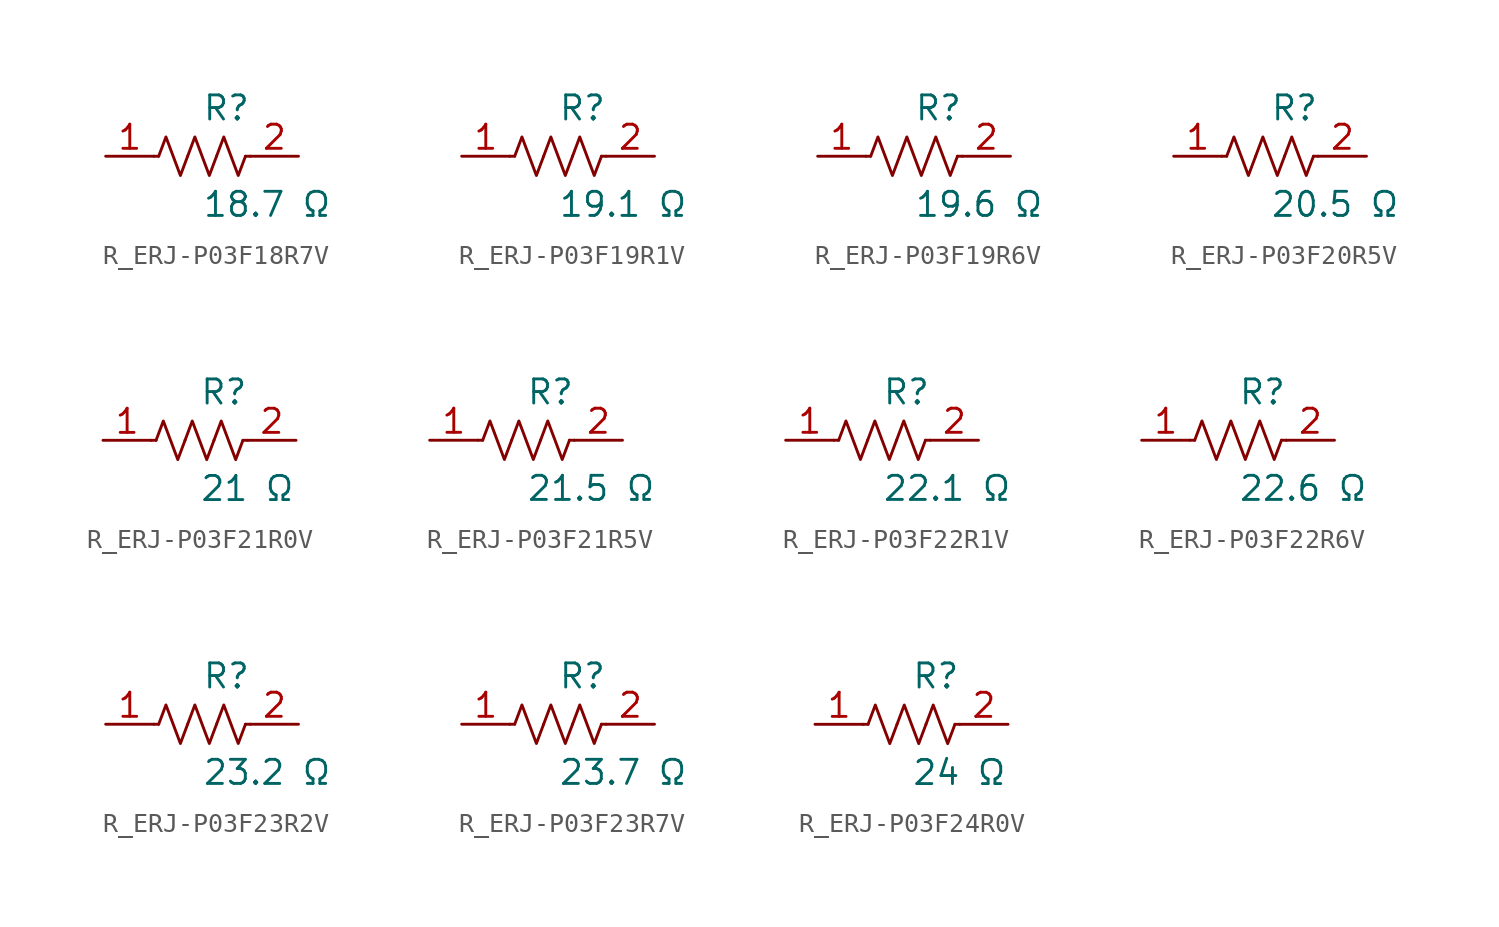
<source format=kicad_sym>
(kicad_symbol_lib
  (version 20231120)
  (generator kicad_symbol_editor)
  (generator_version 8.0)
  (symbol "R_ERJ-P03F18R7V"
    (pin_names
      (offset 0.254))
    (property "Reference" "R"
      (at 0.0 2.54 0)
      (effects (font (size 1.27 1.27)) (justify left)))
    (property "Value" "18.7 Ω"
      (at 0.0 -2.54 0)
      (effects (font (size 1.27 1.27)) (justify left)))
    (symbol "R_ERJ-P03F18R7V_0_1"
      (polyline (pts (xy 2.286 0) (xy 2.54 0)) (stroke (width 0) (type default)) (fill (type none)))
      (polyline (pts (xy -2.286 0) (xy -2.54 0)) (stroke (width 0) (type default)) (fill (type none)))
      (polyline (pts (xy 0.762 0) (xy 1.143 1.016) (xy 1.524 0) (xy 1.905 -1.016) (xy 2.286 0)) (stroke (width 0) (type default)) (fill (type none)))
      (polyline (pts (xy -0.762 0) (xy -0.381 1.016) (xy 0 0) (xy 0.381 -1.016) (xy 0.762 0)) (stroke (width 0) (type default)) (fill (type none)))
      (polyline (pts (xy -2.286 0) (xy -1.905 1.016) (xy -1.524 0) (xy -1.143 -1.016) (xy -0.762 0)) (stroke (width 0) (type default)) (fill (type none))))
    (pin unspecified line
      (at -5.08 0 0)
      (length 2.54)
      (name "" (effects (font (size 1.27 1.27))))
      (number "1" (effects (font (size 1.27 1.27)))))
    (pin unspecified line
      (at 5.08 0 180)
      (length 2.54)
      (name "" (effects (font (size 1.27 1.27))))
      (number "2" (effects (font (size 1.27 1.27))))))
  (symbol "R_ERJ-P03F19R1V"
    (pin_names
      (offset 0.254))
    (property "Reference" "R"
      (at 0.0 2.54 0)
      (effects (font (size 1.27 1.27)) (justify left)))
    (property "Value" "19.1 Ω"
      (at 0.0 -2.54 0)
      (effects (font (size 1.27 1.27)) (justify left)))
    (symbol "R_ERJ-P03F19R1V_0_1"
      (polyline (pts (xy 2.286 0) (xy 2.54 0)) (stroke (width 0) (type default)) (fill (type none)))
      (polyline (pts (xy -2.286 0) (xy -2.54 0)) (stroke (width 0) (type default)) (fill (type none)))
      (polyline (pts (xy 0.762 0) (xy 1.143 1.016) (xy 1.524 0) (xy 1.905 -1.016) (xy 2.286 0)) (stroke (width 0) (type default)) (fill (type none)))
      (polyline (pts (xy -0.762 0) (xy -0.381 1.016) (xy 0 0) (xy 0.381 -1.016) (xy 0.762 0)) (stroke (width 0) (type default)) (fill (type none)))
      (polyline (pts (xy -2.286 0) (xy -1.905 1.016) (xy -1.524 0) (xy -1.143 -1.016) (xy -0.762 0)) (stroke (width 0) (type default)) (fill (type none))))
    (pin unspecified line
      (at -5.08 0 0)
      (length 2.54)
      (name "" (effects (font (size 1.27 1.27))))
      (number "1" (effects (font (size 1.27 1.27)))))
    (pin unspecified line
      (at 5.08 0 180)
      (length 2.54)
      (name "" (effects (font (size 1.27 1.27))))
      (number "2" (effects (font (size 1.27 1.27))))))
  (symbol "R_ERJ-P03F19R6V"
    (pin_names
      (offset 0.254))
    (property "Reference" "R"
      (at 0.0 2.54 0)
      (effects (font (size 1.27 1.27)) (justify left)))
    (property "Value" "19.6 Ω"
      (at 0.0 -2.54 0)
      (effects (font (size 1.27 1.27)) (justify left)))
    (symbol "R_ERJ-P03F19R6V_0_1"
      (polyline (pts (xy 2.286 0) (xy 2.54 0)) (stroke (width 0) (type default)) (fill (type none)))
      (polyline (pts (xy -2.286 0) (xy -2.54 0)) (stroke (width 0) (type default)) (fill (type none)))
      (polyline (pts (xy 0.762 0) (xy 1.143 1.016) (xy 1.524 0) (xy 1.905 -1.016) (xy 2.286 0)) (stroke (width 0) (type default)) (fill (type none)))
      (polyline (pts (xy -0.762 0) (xy -0.381 1.016) (xy 0 0) (xy 0.381 -1.016) (xy 0.762 0)) (stroke (width 0) (type default)) (fill (type none)))
      (polyline (pts (xy -2.286 0) (xy -1.905 1.016) (xy -1.524 0) (xy -1.143 -1.016) (xy -0.762 0)) (stroke (width 0) (type default)) (fill (type none))))
    (pin unspecified line
      (at -5.08 0 0)
      (length 2.54)
      (name "" (effects (font (size 1.27 1.27))))
      (number "1" (effects (font (size 1.27 1.27)))))
    (pin unspecified line
      (at 5.08 0 180)
      (length 2.54)
      (name "" (effects (font (size 1.27 1.27))))
      (number "2" (effects (font (size 1.27 1.27))))))
  (symbol "R_ERJ-P03F20R5V"
    (pin_names
      (offset 0.254))
    (property "Reference" "R"
      (at 0.0 2.54 0)
      (effects (font (size 1.27 1.27)) (justify left)))
    (property "Value" "20.5 Ω"
      (at 0.0 -2.54 0)
      (effects (font (size 1.27 1.27)) (justify left)))
    (symbol "R_ERJ-P03F20R5V_0_1"
      (polyline (pts (xy 2.286 0) (xy 2.54 0)) (stroke (width 0) (type default)) (fill (type none)))
      (polyline (pts (xy -2.286 0) (xy -2.54 0)) (stroke (width 0) (type default)) (fill (type none)))
      (polyline (pts (xy 0.762 0) (xy 1.143 1.016) (xy 1.524 0) (xy 1.905 -1.016) (xy 2.286 0)) (stroke (width 0) (type default)) (fill (type none)))
      (polyline (pts (xy -0.762 0) (xy -0.381 1.016) (xy 0 0) (xy 0.381 -1.016) (xy 0.762 0)) (stroke (width 0) (type default)) (fill (type none)))
      (polyline (pts (xy -2.286 0) (xy -1.905 1.016) (xy -1.524 0) (xy -1.143 -1.016) (xy -0.762 0)) (stroke (width 0) (type default)) (fill (type none))))
    (pin unspecified line
      (at -5.08 0 0)
      (length 2.54)
      (name "" (effects (font (size 1.27 1.27))))
      (number "1" (effects (font (size 1.27 1.27)))))
    (pin unspecified line
      (at 5.08 0 180)
      (length 2.54)
      (name "" (effects (font (size 1.27 1.27))))
      (number "2" (effects (font (size 1.27 1.27))))))
  (symbol "R_ERJ-P03F21R0V"
    (pin_names
      (offset 0.254))
    (property "Reference" "R"
      (at 0.0 2.54 0)
      (effects (font (size 1.27 1.27)) (justify left)))
    (property "Value" "21 Ω"
      (at 0.0 -2.54 0)
      (effects (font (size 1.27 1.27)) (justify left)))
    (symbol "R_ERJ-P03F21R0V_0_1"
      (polyline (pts (xy 2.286 0) (xy 2.54 0)) (stroke (width 0) (type default)) (fill (type none)))
      (polyline (pts (xy -2.286 0) (xy -2.54 0)) (stroke (width 0) (type default)) (fill (type none)))
      (polyline (pts (xy 0.762 0) (xy 1.143 1.016) (xy 1.524 0) (xy 1.905 -1.016) (xy 2.286 0)) (stroke (width 0) (type default)) (fill (type none)))
      (polyline (pts (xy -0.762 0) (xy -0.381 1.016) (xy 0 0) (xy 0.381 -1.016) (xy 0.762 0)) (stroke (width 0) (type default)) (fill (type none)))
      (polyline (pts (xy -2.286 0) (xy -1.905 1.016) (xy -1.524 0) (xy -1.143 -1.016) (xy -0.762 0)) (stroke (width 0) (type default)) (fill (type none))))
    (pin unspecified line
      (at -5.08 0 0)
      (length 2.54)
      (name "" (effects (font (size 1.27 1.27))))
      (number "1" (effects (font (size 1.27 1.27)))))
    (pin unspecified line
      (at 5.08 0 180)
      (length 2.54)
      (name "" (effects (font (size 1.27 1.27))))
      (number "2" (effects (font (size 1.27 1.27))))))
  (symbol "R_ERJ-P03F21R5V"
    (pin_names
      (offset 0.254))
    (property "Reference" "R"
      (at 0.0 2.54 0)
      (effects (font (size 1.27 1.27)) (justify left)))
    (property "Value" "21.5 Ω"
      (at 0.0 -2.54 0)
      (effects (font (size 1.27 1.27)) (justify left)))
    (symbol "R_ERJ-P03F21R5V_0_1"
      (polyline (pts (xy 2.286 0) (xy 2.54 0)) (stroke (width 0) (type default)) (fill (type none)))
      (polyline (pts (xy -2.286 0) (xy -2.54 0)) (stroke (width 0) (type default)) (fill (type none)))
      (polyline (pts (xy 0.762 0) (xy 1.143 1.016) (xy 1.524 0) (xy 1.905 -1.016) (xy 2.286 0)) (stroke (width 0) (type default)) (fill (type none)))
      (polyline (pts (xy -0.762 0) (xy -0.381 1.016) (xy 0 0) (xy 0.381 -1.016) (xy 0.762 0)) (stroke (width 0) (type default)) (fill (type none)))
      (polyline (pts (xy -2.286 0) (xy -1.905 1.016) (xy -1.524 0) (xy -1.143 -1.016) (xy -0.762 0)) (stroke (width 0) (type default)) (fill (type none))))
    (pin unspecified line
      (at -5.08 0 0)
      (length 2.54)
      (name "" (effects (font (size 1.27 1.27))))
      (number "1" (effects (font (size 1.27 1.27)))))
    (pin unspecified line
      (at 5.08 0 180)
      (length 2.54)
      (name "" (effects (font (size 1.27 1.27))))
      (number "2" (effects (font (size 1.27 1.27))))))
  (symbol "R_ERJ-P03F22R1V"
    (pin_names
      (offset 0.254))
    (property "Reference" "R"
      (at 0.0 2.54 0)
      (effects (font (size 1.27 1.27)) (justify left)))
    (property "Value" "22.1 Ω"
      (at 0.0 -2.54 0)
      (effects (font (size 1.27 1.27)) (justify left)))
    (symbol "R_ERJ-P03F22R1V_0_1"
      (polyline (pts (xy 2.286 0) (xy 2.54 0)) (stroke (width 0) (type default)) (fill (type none)))
      (polyline (pts (xy -2.286 0) (xy -2.54 0)) (stroke (width 0) (type default)) (fill (type none)))
      (polyline (pts (xy 0.762 0) (xy 1.143 1.016) (xy 1.524 0) (xy 1.905 -1.016) (xy 2.286 0)) (stroke (width 0) (type default)) (fill (type none)))
      (polyline (pts (xy -0.762 0) (xy -0.381 1.016) (xy 0 0) (xy 0.381 -1.016) (xy 0.762 0)) (stroke (width 0) (type default)) (fill (type none)))
      (polyline (pts (xy -2.286 0) (xy -1.905 1.016) (xy -1.524 0) (xy -1.143 -1.016) (xy -0.762 0)) (stroke (width 0) (type default)) (fill (type none))))
    (pin unspecified line
      (at -5.08 0 0)
      (length 2.54)
      (name "" (effects (font (size 1.27 1.27))))
      (number "1" (effects (font (size 1.27 1.27)))))
    (pin unspecified line
      (at 5.08 0 180)
      (length 2.54)
      (name "" (effects (font (size 1.27 1.27))))
      (number "2" (effects (font (size 1.27 1.27))))))
  (symbol "R_ERJ-P03F22R6V"
    (pin_names
      (offset 0.254))
    (property "Reference" "R"
      (at 0.0 2.54 0)
      (effects (font (size 1.27 1.27)) (justify left)))
    (property "Value" "22.6 Ω"
      (at 0.0 -2.54 0)
      (effects (font (size 1.27 1.27)) (justify left)))
    (symbol "R_ERJ-P03F22R6V_0_1"
      (polyline (pts (xy 2.286 0) (xy 2.54 0)) (stroke (width 0) (type default)) (fill (type none)))
      (polyline (pts (xy -2.286 0) (xy -2.54 0)) (stroke (width 0) (type default)) (fill (type none)))
      (polyline (pts (xy 0.762 0) (xy 1.143 1.016) (xy 1.524 0) (xy 1.905 -1.016) (xy 2.286 0)) (stroke (width 0) (type default)) (fill (type none)))
      (polyline (pts (xy -0.762 0) (xy -0.381 1.016) (xy 0 0) (xy 0.381 -1.016) (xy 0.762 0)) (stroke (width 0) (type default)) (fill (type none)))
      (polyline (pts (xy -2.286 0) (xy -1.905 1.016) (xy -1.524 0) (xy -1.143 -1.016) (xy -0.762 0)) (stroke (width 0) (type default)) (fill (type none))))
    (pin unspecified line
      (at -5.08 0 0)
      (length 2.54)
      (name "" (effects (font (size 1.27 1.27))))
      (number "1" (effects (font (size 1.27 1.27)))))
    (pin unspecified line
      (at 5.08 0 180)
      (length 2.54)
      (name "" (effects (font (size 1.27 1.27))))
      (number "2" (effects (font (size 1.27 1.27))))))
  (symbol "R_ERJ-P03F23R2V"
    (pin_names
      (offset 0.254))
    (property "Reference" "R"
      (at 0.0 2.54 0)
      (effects (font (size 1.27 1.27)) (justify left)))
    (property "Value" "23.2 Ω"
      (at 0.0 -2.54 0)
      (effects (font (size 1.27 1.27)) (justify left)))
    (symbol "R_ERJ-P03F23R2V_0_1"
      (polyline (pts (xy 2.286 0) (xy 2.54 0)) (stroke (width 0) (type default)) (fill (type none)))
      (polyline (pts (xy -2.286 0) (xy -2.54 0)) (stroke (width 0) (type default)) (fill (type none)))
      (polyline (pts (xy 0.762 0) (xy 1.143 1.016) (xy 1.524 0) (xy 1.905 -1.016) (xy 2.286 0)) (stroke (width 0) (type default)) (fill (type none)))
      (polyline (pts (xy -0.762 0) (xy -0.381 1.016) (xy 0 0) (xy 0.381 -1.016) (xy 0.762 0)) (stroke (width 0) (type default)) (fill (type none)))
      (polyline (pts (xy -2.286 0) (xy -1.905 1.016) (xy -1.524 0) (xy -1.143 -1.016) (xy -0.762 0)) (stroke (width 0) (type default)) (fill (type none))))
    (pin unspecified line
      (at -5.08 0 0)
      (length 2.54)
      (name "" (effects (font (size 1.27 1.27))))
      (number "1" (effects (font (size 1.27 1.27)))))
    (pin unspecified line
      (at 5.08 0 180)
      (length 2.54)
      (name "" (effects (font (size 1.27 1.27))))
      (number "2" (effects (font (size 1.27 1.27))))))
  (symbol "R_ERJ-P03F23R7V"
    (pin_names
      (offset 0.254))
    (property "Reference" "R"
      (at 0.0 2.54 0)
      (effects (font (size 1.27 1.27)) (justify left)))
    (property "Value" "23.7 Ω"
      (at 0.0 -2.54 0)
      (effects (font (size 1.27 1.27)) (justify left)))
    (symbol "R_ERJ-P03F23R7V_0_1"
      (polyline (pts (xy 2.286 0) (xy 2.54 0)) (stroke (width 0) (type default)) (fill (type none)))
      (polyline (pts (xy -2.286 0) (xy -2.54 0)) (stroke (width 0) (type default)) (fill (type none)))
      (polyline (pts (xy 0.762 0) (xy 1.143 1.016) (xy 1.524 0) (xy 1.905 -1.016) (xy 2.286 0)) (stroke (width 0) (type default)) (fill (type none)))
      (polyline (pts (xy -0.762 0) (xy -0.381 1.016) (xy 0 0) (xy 0.381 -1.016) (xy 0.762 0)) (stroke (width 0) (type default)) (fill (type none)))
      (polyline (pts (xy -2.286 0) (xy -1.905 1.016) (xy -1.524 0) (xy -1.143 -1.016) (xy -0.762 0)) (stroke (width 0) (type default)) (fill (type none))))
    (pin unspecified line
      (at -5.08 0 0)
      (length 2.54)
      (name "" (effects (font (size 1.27 1.27))))
      (number "1" (effects (font (size 1.27 1.27)))))
    (pin unspecified line
      (at 5.08 0 180)
      (length 2.54)
      (name "" (effects (font (size 1.27 1.27))))
      (number "2" (effects (font (size 1.27 1.27))))))
  (symbol "R_ERJ-P03F24R0V"
    (pin_names
      (offset 0.254))
    (property "Reference" "R"
      (at 0.0 2.54 0)
      (effects (font (size 1.27 1.27)) (justify left)))
    (property "Value" "24 Ω"
      (at 0.0 -2.54 0)
      (effects (font (size 1.27 1.27)) (justify left)))
    (symbol "R_ERJ-P03F24R0V_0_1"
      (polyline (pts (xy 2.286 0) (xy 2.54 0)) (stroke (width 0) (type default)) (fill (type none)))
      (polyline (pts (xy -2.286 0) (xy -2.54 0)) (stroke (width 0) (type default)) (fill (type none)))
      (polyline (pts (xy 0.762 0) (xy 1.143 1.016) (xy 1.524 0) (xy 1.905 -1.016) (xy 2.286 0)) (stroke (width 0) (type default)) (fill (type none)))
      (polyline (pts (xy -0.762 0) (xy -0.381 1.016) (xy 0 0) (xy 0.381 -1.016) (xy 0.762 0)) (stroke (width 0) (type default)) (fill (type none)))
      (polyline (pts (xy -2.286 0) (xy -1.905 1.016) (xy -1.524 0) (xy -1.143 -1.016) (xy -0.762 0)) (stroke (width 0) (type default)) (fill (type none))))
    (pin unspecified line
      (at -5.08 0 0)
      (length 2.54)
      (name "" (effects (font (size 1.27 1.27))))
      (number "1" (effects (font (size 1.27 1.27)))))
    (pin unspecified line
      (at 5.08 0 180)
      (length 2.54)
      (name "" (effects (font (size 1.27 1.27))))
      (number "2" (effects (font (size 1.27 1.27)))))))
</source>
